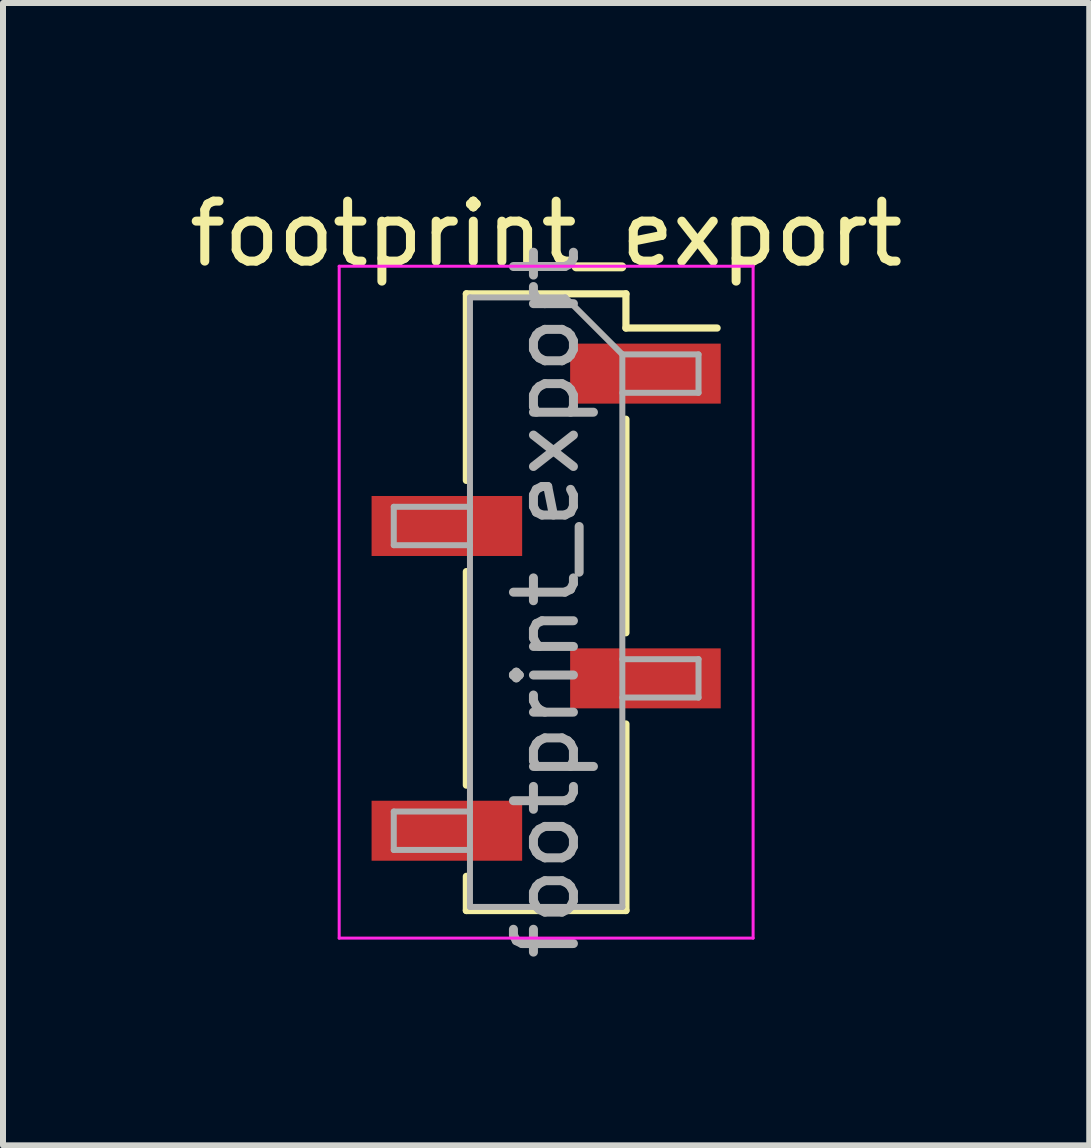
<source format=kicad_pcb>
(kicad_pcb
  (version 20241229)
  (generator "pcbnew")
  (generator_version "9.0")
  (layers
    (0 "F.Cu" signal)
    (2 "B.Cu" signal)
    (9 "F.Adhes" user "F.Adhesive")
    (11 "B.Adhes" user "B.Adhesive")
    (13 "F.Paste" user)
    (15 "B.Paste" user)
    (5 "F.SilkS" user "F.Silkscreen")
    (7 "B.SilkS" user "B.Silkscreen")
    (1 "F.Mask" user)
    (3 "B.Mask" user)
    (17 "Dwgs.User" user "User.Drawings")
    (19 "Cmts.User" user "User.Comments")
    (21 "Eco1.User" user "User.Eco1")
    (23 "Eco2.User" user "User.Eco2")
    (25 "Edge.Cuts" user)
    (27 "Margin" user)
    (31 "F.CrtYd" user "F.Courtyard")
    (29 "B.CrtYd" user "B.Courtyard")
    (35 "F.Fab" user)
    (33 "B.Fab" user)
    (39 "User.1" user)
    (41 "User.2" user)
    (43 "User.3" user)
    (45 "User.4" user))
  (footprint "footprint_export"
    (layer "F.Cu")
    (at 6.054 6.988)
    (property "Reference" "footprint_export" (at 0 -6.14 0) (layer "F.SilkS") (effects (font (size 1 1) (thickness 0.15))))
    (attr smd)
    (fp_line (start -1.33 -5.14) (end -1.33 -2.03) (stroke (width 0.12) (type solid)) (layer "F.SilkS"))
    (fp_line (start -1.33 -5.14) (end 1.33 -5.14) (stroke (width 0.12) (type solid)) (layer "F.SilkS"))
    (fp_line (start -1.33 -0.51) (end -1.33 3.05) (stroke (width 0.12) (type solid)) (layer "F.SilkS"))
    (fp_line (start -1.33 4.57) (end -1.33 5.14) (stroke (width 0.12) (type solid)) (layer "F.SilkS"))
    (fp_line (start -1.33 5.14) (end 1.33 5.14) (stroke (width 0.12) (type solid)) (layer "F.SilkS"))
    (fp_line (start 1.33 -5.14) (end 1.33 -4.57) (stroke (width 0.12) (type solid)) (layer "F.SilkS"))
    (fp_line (start 1.33 -4.57) (end 2.85 -4.57) (stroke (width 0.12) (type solid)) (layer "F.SilkS"))
    (fp_line (start 1.33 -3.05) (end 1.33 0.51) (stroke (width 0.12) (type solid)) (layer "F.SilkS"))
    (fp_line (start 1.33 2.03) (end 1.33 5.14) (stroke (width 0.12) (type solid)) (layer "F.SilkS"))
    (fp_line (start -3.45 -5.6) (end -3.45 5.6) (stroke (width 0.05) (type solid)) (layer "F.CrtYd"))
    (fp_line (start -3.45 5.6) (end 3.45 5.6) (stroke (width 0.05) (type solid)) (layer "F.CrtYd"))
    (fp_line (start 3.45 -5.6) (end -3.45 -5.6) (stroke (width 0.05) (type solid)) (layer "F.CrtYd"))
    (fp_line (start 3.45 5.6) (end 3.45 -5.6) (stroke (width 0.05) (type solid)) (layer "F.CrtYd"))
    (fp_line (start -2.54 -1.59) (end -2.54 -0.95) (stroke (width 0.1) (type solid)) (layer "F.Fab"))
    (fp_line (start -2.54 -0.95) (end -1.27 -0.95) (stroke (width 0.1) (type solid)) (layer "F.Fab"))
    (fp_line (start -2.54 3.49) (end -2.54 4.13) (stroke (width 0.1) (type solid)) (layer "F.Fab"))
    (fp_line (start -2.54 4.13) (end -1.27 4.13) (stroke (width 0.1) (type solid)) (layer "F.Fab"))
    (fp_line (start -1.27 -5.08) (end -1.27 5.08) (stroke (width 0.1) (type solid)) (layer "F.Fab"))
    (fp_line (start -1.27 -5.08) (end 0.32 -5.08) (stroke (width 0.1) (type solid)) (layer "F.Fab"))
    (fp_line (start -1.27 -1.59) (end -2.54 -1.59) (stroke (width 0.1) (type solid)) (layer "F.Fab"))
    (fp_line (start -1.27 3.49) (end -2.54 3.49) (stroke (width 0.1) (type solid)) (layer "F.Fab"))
    (fp_line (start 1.27 -4.13) (end 0.32 -5.08) (stroke (width 0.1) (type solid)) (layer "F.Fab"))
    (fp_line (start 1.27 -4.13) (end 2.54 -4.13) (stroke (width 0.1) (type solid)) (layer "F.Fab"))
    (fp_line (start 1.27 0.95) (end 2.54 0.95) (stroke (width 0.1) (type solid)) (layer "F.Fab"))
    (fp_line (start 1.27 5.08) (end -1.27 5.08) (stroke (width 0.1) (type solid)) (layer "F.Fab"))
    (fp_line (start 1.27 5.08) (end 1.27 -4.13) (stroke (width 0.1) (type solid)) (layer "F.Fab"))
    (fp_line (start 2.54 -4.13) (end 2.54 -3.49) (stroke (width 0.1) (type solid)) (layer "F.Fab"))
    (fp_line (start 2.54 -3.49) (end 1.27 -3.49) (stroke (width 0.1) (type solid)) (layer "F.Fab"))
    (fp_line (start 2.54 0.95) (end 2.54 1.59) (stroke (width 0.1) (type solid)) (layer "F.Fab"))
    (fp_line (start 2.54 1.59) (end 1.27 1.59) (stroke (width 0.1) (type solid)) (layer "F.Fab"))
    (fp_text user "${REFERENCE}" (at 0 0 90) (layer "F.Fab") (effects (font (size 1 1) (thickness 0.15))))
    (pad "1" smd rect (at 1.655 -3.81) (size 2.51 1) (layers "F.Cu" "F.Mask" "F.Paste"))
    (pad "2" smd rect (at -1.655 -1.27) (size 2.51 1) (layers "F.Cu" "F.Mask" "F.Paste"))
    (pad "3" smd rect (at 1.655 1.27) (size 2.51 1) (layers "F.Cu" "F.Mask" "F.Paste"))
    (pad "4" smd rect (at -1.655 3.81) (size 2.51 1) (layers "F.Cu" "F.Mask" "F.Paste")))
  (gr_rect
    (start -3 -3)
    (end 15.107 16.042)
    (stroke (width 0.1) (type default))
    (fill no)
    (layer "Edge.Cuts")))
</source>
